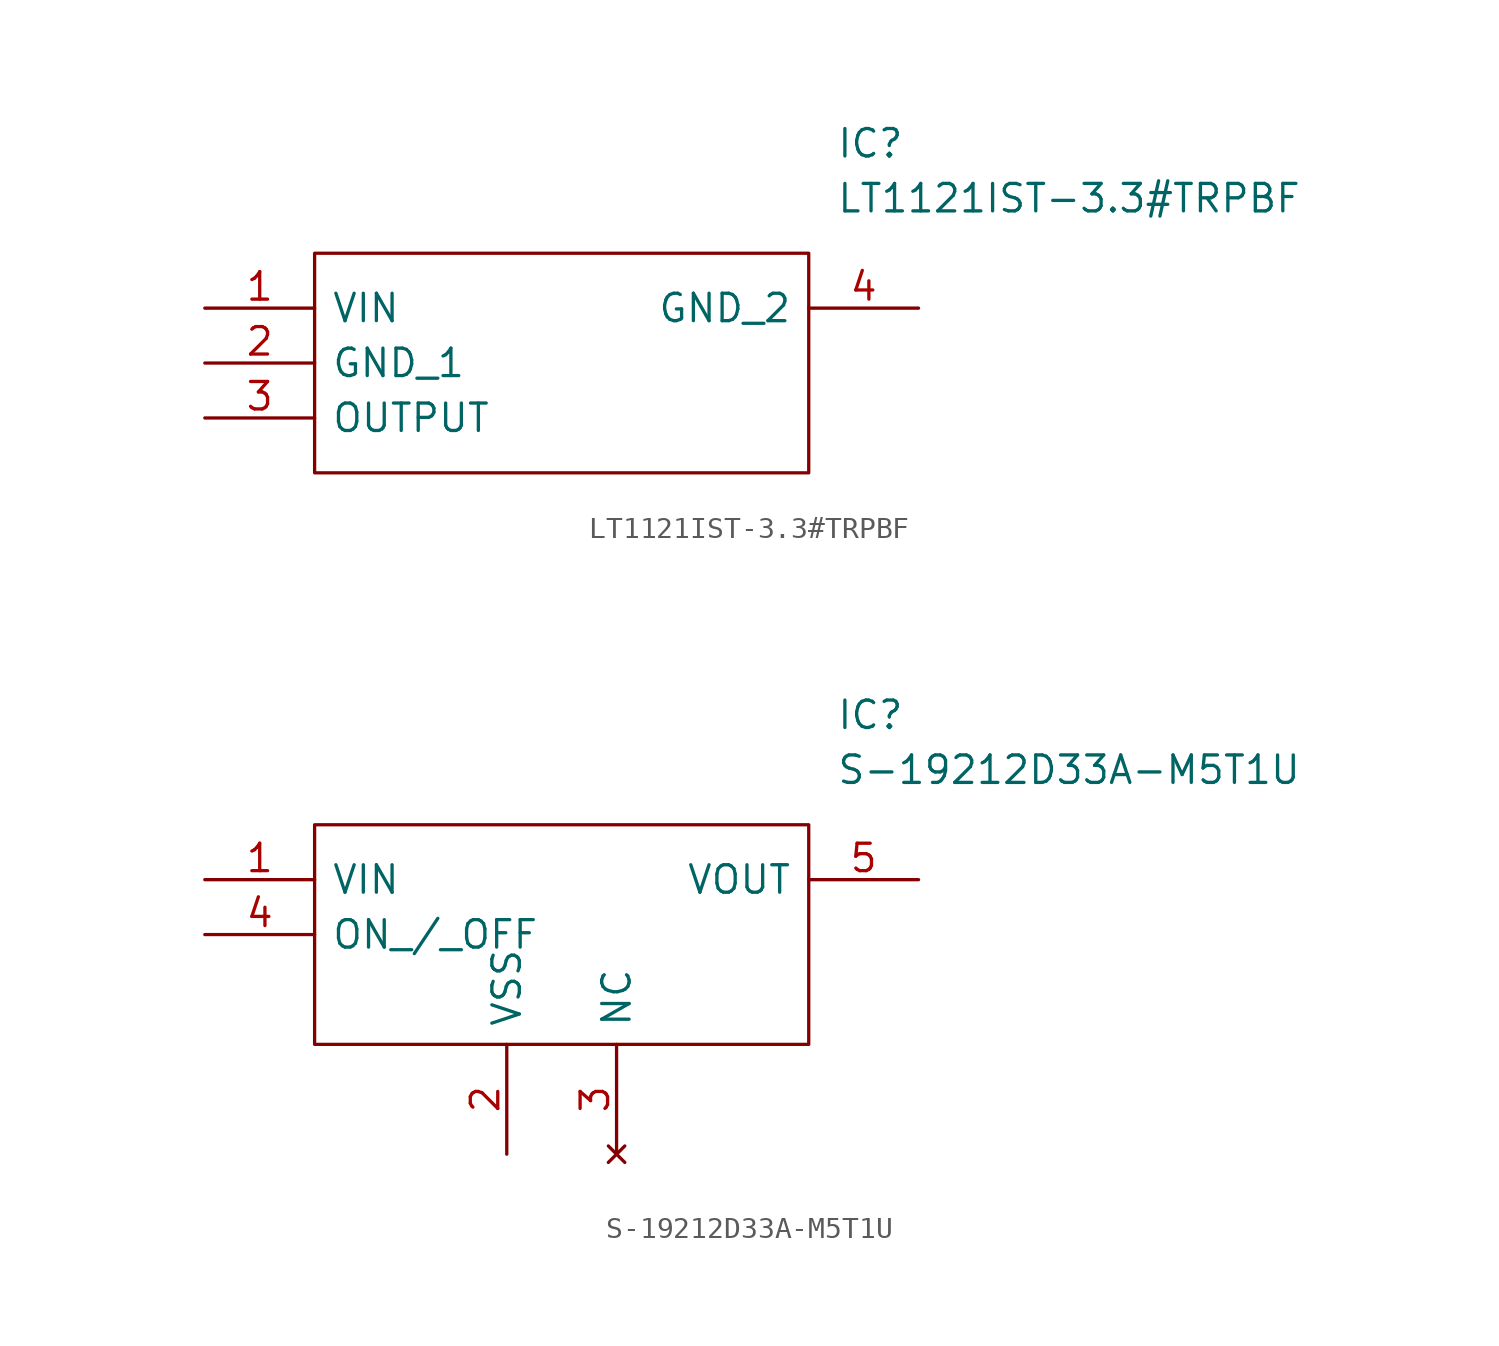
<source format=kicad_sym>
(kicad_symbol_lib
  (version 20211014)
  (generator kicad_symbol_editor)
  (symbol "LT1121IST-3.3#TRPBF"
    (pin_names
      (offset 0.762))
    (property "Reference" "IC"
      (at 29.21 7.62 0)
      (effects (font (size 1.27 1.27)) (justify left)))
    (property "Value" "LT1121IST-3.3#TRPBF"
      (at 29.21 5.08 0)
      (effects (font (size 1.27 1.27)) (justify left)))
    (symbol "LT1121IST-3.3#TRPBF_0_0"
      (pin passive line (at 0 0 0) (length 5.08) (name "VIN" (effects (font (size 1.27 1.27)))) (number "1" (effects (font (size 1.27 1.27)))))
      (pin passive line (at 0 -2.54 0) (length 5.08) (name "GND_1" (effects (font (size 1.27 1.27)))) (number "2" (effects (font (size 1.27 1.27)))))
      (pin passive line (at 0 -5.08 0) (length 5.08) (name "OUTPUT" (effects (font (size 1.27 1.27)))) (number "3" (effects (font (size 1.27 1.27)))))
      (pin passive line (at 33.02 0 180) (length 5.08) (name "GND_2" (effects (font (size 1.27 1.27)))) (number "4" (effects (font (size 1.27 1.27))))))
    (symbol "LT1121IST-3.3#TRPBF_0_1"
      (polyline (pts (xy 5.08 2.54) (xy 27.94 2.54) (xy 27.94 -7.62) (xy 5.08 -7.62) (xy 5.08 2.54)) (stroke (width 0.152) (type default) (color 0 0 0 0)) (fill (type none)))))
  (symbol "S-19212D33A-M5T1U"
    (pin_names
      (offset 0.762))
    (property "Reference" "IC"
      (at 29.21 7.62 0)
      (effects (font (size 1.27 1.27)) (justify left)))
    (property "Value" "S-19212D33A-M5T1U"
      (at 29.21 5.08 0)
      (effects (font (size 1.27 1.27)) (justify left)))
    (symbol "S-19212D33A-M5T1U_0_0"
      (pin passive line (at 0 0 0) (length 5.08) (name "VIN" (effects (font (size 1.27 1.27)))) (number "1" (effects (font (size 1.27 1.27)))))
      (pin passive line (at 13.97 -12.7 90) (length 5.08) (name "VSS" (effects (font (size 1.27 1.27)))) (number "2" (effects (font (size 1.27 1.27)))))
      (pin no_connect line (at 19.05 -12.7 90) (length 5.08) (name "NC" (effects (font (size 1.27 1.27)))) (number "3" (effects (font (size 1.27 1.27)))))
      (pin passive line (at 0 -2.54 0) (length 5.08) (name "ON_/_OFF" (effects (font (size 1.27 1.27)))) (number "4" (effects (font (size 1.27 1.27)))))
      (pin passive line (at 33.02 0 180) (length 5.08) (name "VOUT" (effects (font (size 1.27 1.27)))) (number "5" (effects (font (size 1.27 1.27))))))
    (symbol "S-19212D33A-M5T1U_0_1"
      (polyline (pts (xy 5.08 2.54) (xy 27.94 2.54) (xy 27.94 -7.62) (xy 5.08 -7.62) (xy 5.08 2.54)) (stroke (width 0.152) (type default) (color 0 0 0 0)) (fill (type none))))))
</source>
